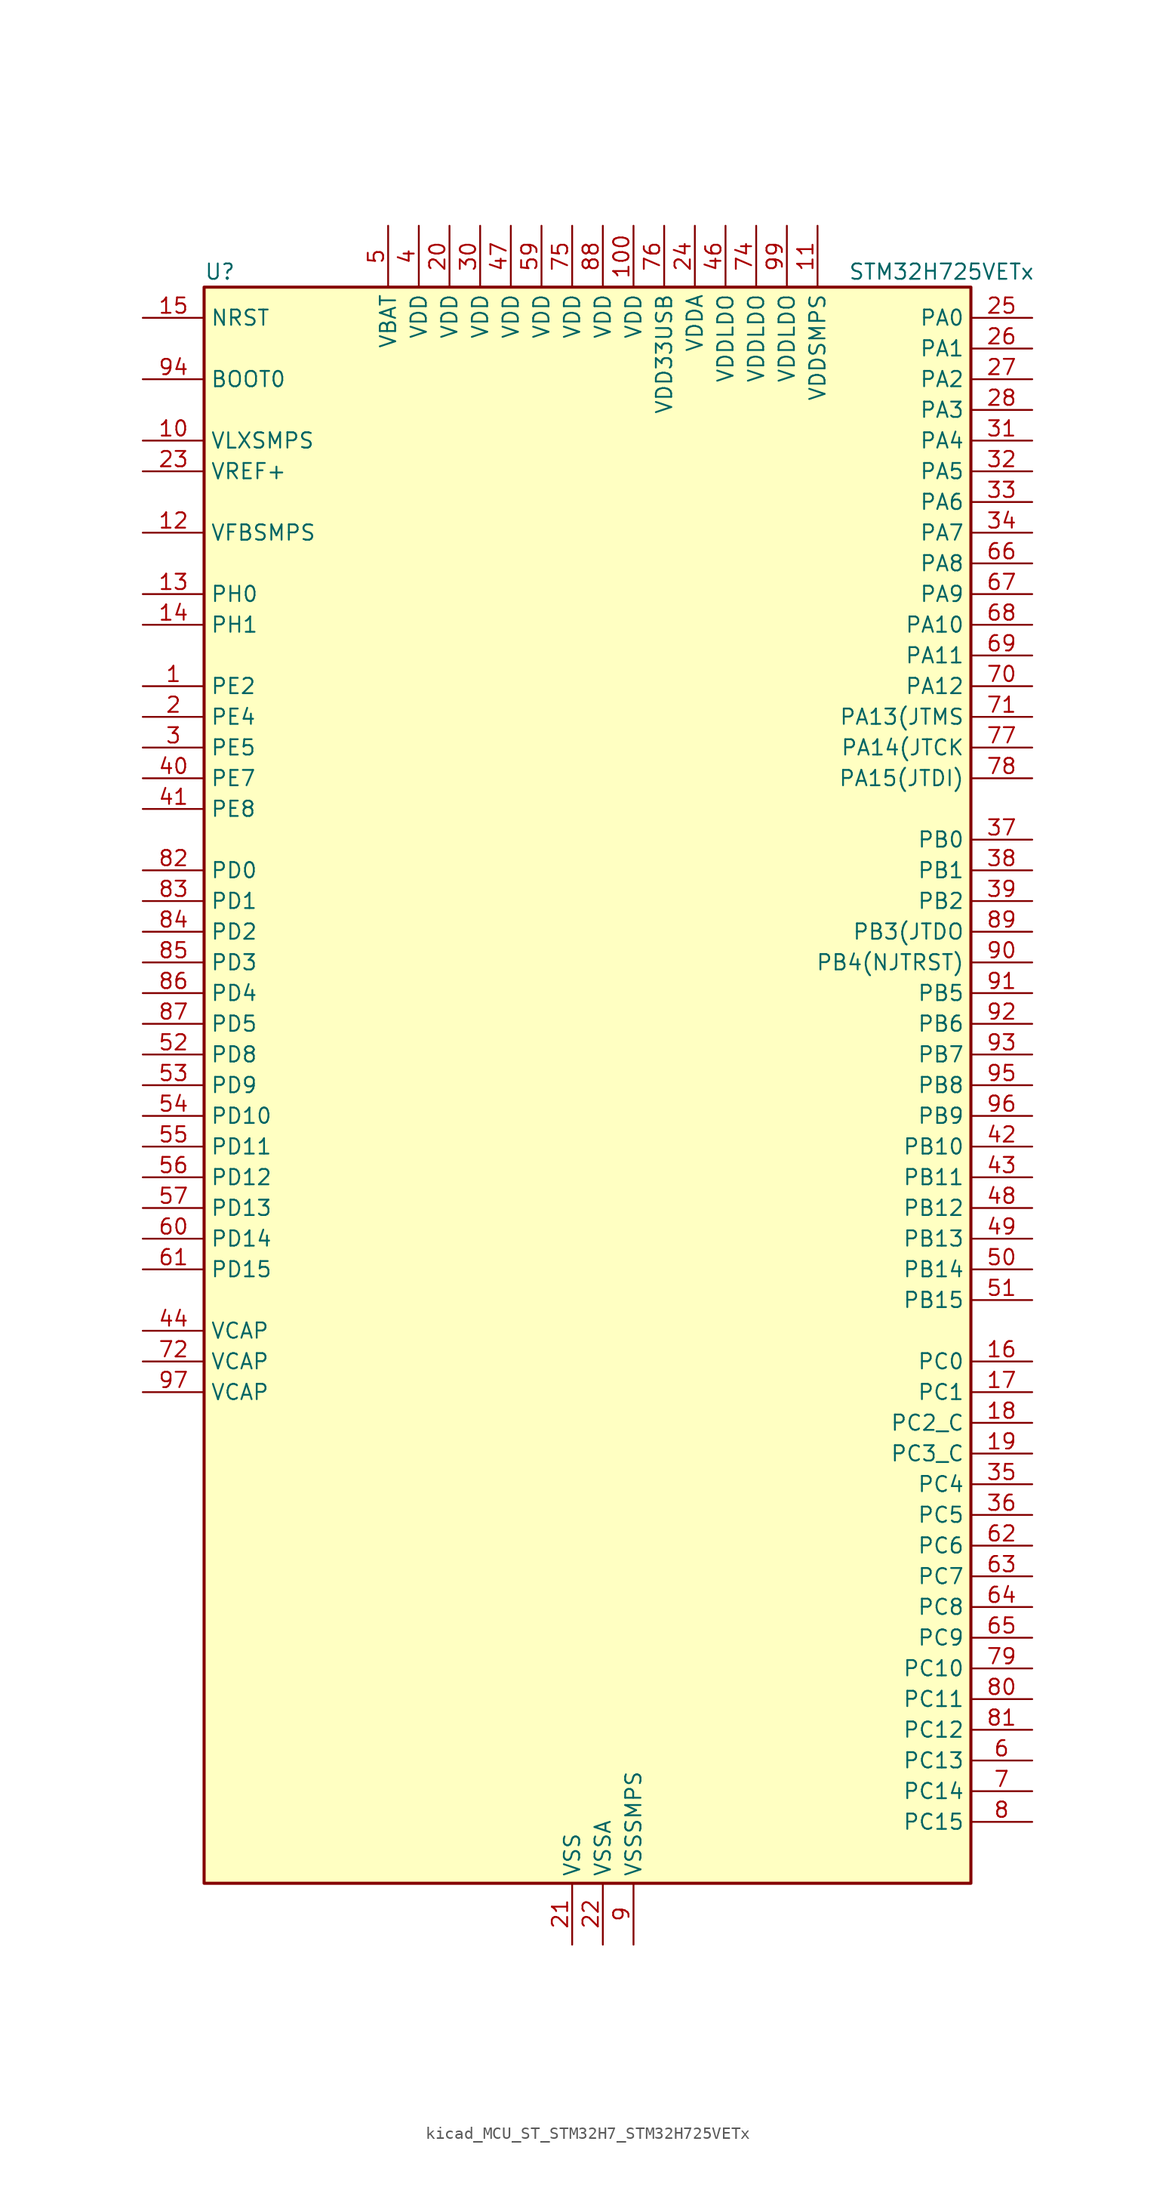
<source format=kicad_sym>
(kicad_symbol_lib
  (version 20220914)
  (generator kicad_symbol_editor)
  (symbol "kicad_MCU_ST_STM32H7_STM32H725VETx"
    (property "Reference" "U"
      (at -30.48 67.31 0)
      (effects (font (size 1.27 1.27)) (justify left)))
    (property "Value" "STM32H725VETx"
      (at 22.86 67.31 0)
      (effects (font (size 1.27 1.27)) (justify left)))
    (property "ki_locked" ""
      (at 0 0 0)
      (effects (font (size 1.27 1.27))))
    (symbol "kicad_MCU_ST_STM32H7_STM32H725VETx_0_1"
      (rectangle (start -30.48 -66.04) (end 33.02 66.04) (stroke (width 0.254) (type default)) (fill (type background))))
    (symbol "kicad_MCU_ST_STM32H7_STM32H725VETx_1_1"
      (pin bidirectional line (at -35.56 33.02 0) (length 5.08) (name "PE2" (effects (font (size 1.27 1.27)))) (number "1" (effects (font (size 1.27 1.27)))) (alternate "DEBUG_TRACECLK" bidirectional line) (alternate "ETH_TXD3" bidirectional line) (alternate "FMC_A23" bidirectional line) (alternate "OCTOSPIM_P1_IO2" bidirectional line) (alternate "SAI1_CK1" bidirectional line) (alternate "SAI1_MCLK_A" bidirectional line) (alternate "SAI4_CK1" bidirectional line) (alternate "SAI4_MCLK_A" bidirectional line) (alternate "SPI4_SCK" bidirectional line))
      (pin power_in line (at -35.56 53.34 0) (length 5.08) (name "VLXSMPS" (effects (font (size 1.27 1.27)))) (number "10" (effects (font (size 1.27 1.27)))))
      (pin power_in line (at 5.08 71.12 270) (length 5.08) (name "VDD" (effects (font (size 1.27 1.27)))) (number "100" (effects (font (size 1.27 1.27)))))
      (pin power_in line (at 20.32 71.12 270) (length 5.08) (name "VDDSMPS" (effects (font (size 1.27 1.27)))) (number "11" (effects (font (size 1.27 1.27)))))
      (pin input line (at -35.56 45.72 0) (length 5.08) (name "VFBSMPS" (effects (font (size 1.27 1.27)))) (number "12" (effects (font (size 1.27 1.27)))))
      (pin bidirectional line (at -35.56 40.64 0) (length 5.08) (name "PH0" (effects (font (size 1.27 1.27)))) (number "13" (effects (font (size 1.27 1.27)))) (alternate "RCC_OSC_IN" bidirectional line))
      (pin bidirectional line (at -35.56 38.1 0) (length 5.08) (name "PH1" (effects (font (size 1.27 1.27)))) (number "14" (effects (font (size 1.27 1.27)))) (alternate "RCC_OSC_OUT" bidirectional line))
      (pin input line (at -35.56 63.5 0) (length 5.08) (name "NRST" (effects (font (size 1.27 1.27)))) (number "15" (effects (font (size 1.27 1.27)))))
      (pin bidirectional line (at 38.1 -22.86 180) (length 5.08) (name "PC0" (effects (font (size 1.27 1.27)))) (number "16" (effects (font (size 1.27 1.27)))) (alternate "ADC1_INP10" bidirectional line) (alternate "ADC2_INP10" bidirectional line) (alternate "ADC3_INP10" bidirectional line) (alternate "DFSDM1_CKIN0" bidirectional line) (alternate "DFSDM1_DATIN4" bidirectional line) (alternate "FMC_A25" bidirectional line) (alternate "FMC_D12" bidirectional line) (alternate "FMC_DA12" bidirectional line) (alternate "FMC_SDNWE" bidirectional line) (alternate "LTDC_G2" bidirectional line) (alternate "LTDC_R5" bidirectional line) (alternate "SAI4_FS_B" bidirectional line) (alternate "USB_OTG_HS_ULPI_STP" bidirectional line))
      (pin bidirectional line (at 38.1 -25.4 180) (length 5.08) (name "PC1" (effects (font (size 1.27 1.27)))) (number "17" (effects (font (size 1.27 1.27)))) (alternate "ADC1_INN10" bidirectional line) (alternate "ADC1_INP11" bidirectional line) (alternate "ADC2_INN10" bidirectional line) (alternate "ADC2_INP11" bidirectional line) (alternate "ADC3_INN10" bidirectional line) (alternate "ADC3_INP11" bidirectional line) (alternate "DEBUG_TRACED0" bidirectional line) (alternate "DFSDM1_CKIN4" bidirectional line) (alternate "DFSDM1_DATIN0" bidirectional line) (alternate "ETH_MDC" bidirectional line) (alternate "I2S2_SDO" bidirectional line) (alternate "LTDC_G5" bidirectional line) (alternate "MDIOS_MDC" bidirectional line) (alternate "OCTOSPIM_P1_IO4" bidirectional line) (alternate "PWR_WKUP6" bidirectional line) (alternate "RTC_TAMP3" bidirectional line) (alternate "SAI1_D1" bidirectional line) (alternate "SAI1_SD_A" bidirectional line) (alternate "SAI4_D1" bidirectional line) (alternate "SAI4_SD_A" bidirectional line) (alternate "SDMMC2_CK" bidirectional line) (alternate "SPI2_MOSI" bidirectional line))
      (pin bidirectional line (at 38.1 -27.94 180) (length 5.08) (name "PC2_C" (effects (font (size 1.27 1.27)))) (number "18" (effects (font (size 1.27 1.27)))) (alternate "ADC3_INN1" bidirectional line) (alternate "ADC3_INP0" bidirectional line) (alternate "DFSDM1_CKIN1" bidirectional line) (alternate "DFSDM1_CKOUT" bidirectional line) (alternate "ETH_TXD2" bidirectional line) (alternate "FMC_SDNE0" bidirectional line) (alternate "I2S2_SDI" bidirectional line) (alternate "OCTOSPIM_P1_IO2" bidirectional line) (alternate "OCTOSPIM_P1_IO5" bidirectional line) (alternate "PWR_CSTOP" bidirectional line) (alternate "SPI2_MISO" bidirectional line) (alternate "USB_OTG_HS_ULPI_DIR" bidirectional line))
      (pin bidirectional line (at 38.1 -30.48 180) (length 5.08) (name "PC3_C" (effects (font (size 1.27 1.27)))) (number "19" (effects (font (size 1.27 1.27)))) (alternate "ADC3_INP1" bidirectional line) (alternate "DFSDM1_DATIN1" bidirectional line) (alternate "ETH_TX_CLK" bidirectional line) (alternate "FMC_SDCKE0" bidirectional line) (alternate "I2S2_SDO" bidirectional line) (alternate "OCTOSPIM_P1_IO0" bidirectional line) (alternate "OCTOSPIM_P1_IO6" bidirectional line) (alternate "PWR_CSLEEP" bidirectional line) (alternate "SPI2_MOSI" bidirectional line) (alternate "USB_OTG_HS_ULPI_NXT" bidirectional line))
      (pin bidirectional line (at -35.56 30.48 0) (length 5.08) (name "PE4" (effects (font (size 1.27 1.27)))) (number "2" (effects (font (size 1.27 1.27)))) (alternate "DCMI_D4" bidirectional line) (alternate "DEBUG_TRACED1" bidirectional line) (alternate "DFSDM1_DATIN3" bidirectional line) (alternate "FMC_A20" bidirectional line) (alternate "LTDC_B0" bidirectional line) (alternate "PSSI_D4" bidirectional line) (alternate "SAI1_D2" bidirectional line) (alternate "SAI1_FS_A" bidirectional line) (alternate "SAI4_D2" bidirectional line) (alternate "SAI4_FS_A" bidirectional line) (alternate "SPI4_NSS" bidirectional line) (alternate "TIM15_CH1N" bidirectional line))
      (pin power_in line (at -10.16 71.12 270) (length 5.08) (name "VDD" (effects (font (size 1.27 1.27)))) (number "20" (effects (font (size 1.27 1.27)))))
      (pin power_in line (at 0 -71.12 90) (length 5.08) (name "VSS" (effects (font (size 1.27 1.27)))) (number "21" (effects (font (size 1.27 1.27)))))
      (pin power_in line (at 2.54 -71.12 90) (length 5.08) (name "VSSA" (effects (font (size 1.27 1.27)))) (number "22" (effects (font (size 1.27 1.27)))))
      (pin input line (at -35.56 50.8 0) (length 5.08) (name "VREF+" (effects (font (size 1.27 1.27)))) (number "23" (effects (font (size 1.27 1.27)))) (alternate "VREFBUF_OUT" bidirectional line))
      (pin power_in line (at 10.16 71.12 270) (length 5.08) (name "VDDA" (effects (font (size 1.27 1.27)))) (number "24" (effects (font (size 1.27 1.27)))))
      (pin bidirectional line (at 38.1 63.5 180) (length 5.08) (name "PA0" (effects (font (size 1.27 1.27)))) (number "25" (effects (font (size 1.27 1.27)))) (alternate "ADC1_INP16" bidirectional line) (alternate "ETH_CRS" bidirectional line) (alternate "FMC_A19" bidirectional line) (alternate "I2S6_WS" bidirectional line) (alternate "PWR_WKUP1" bidirectional line) (alternate "SAI4_SD_B" bidirectional line) (alternate "SDMMC2_CMD" bidirectional line) (alternate "SPI6_NSS" bidirectional line) (alternate "TIM15_BKIN" bidirectional line) (alternate "TIM2_CH1" bidirectional line) (alternate "TIM2_ETR" bidirectional line) (alternate "TIM5_CH1" bidirectional line) (alternate "TIM8_ETR" bidirectional line) (alternate "UART4_TX" bidirectional line) (alternate "USART2_CTS" bidirectional line) (alternate "USART2_NSS" bidirectional line))
      (pin bidirectional line (at 38.1 60.96 180) (length 5.08) (name "PA1" (effects (font (size 1.27 1.27)))) (number "26" (effects (font (size 1.27 1.27)))) (alternate "ADC1_INN16" bidirectional line) (alternate "ADC1_INP17" bidirectional line) (alternate "ETH_REF_CLK" bidirectional line) (alternate "ETH_RX_CLK" bidirectional line) (alternate "LPTIM3_OUT" bidirectional line) (alternate "LTDC_R2" bidirectional line) (alternate "OCTOSPIM_P1_DQS" bidirectional line) (alternate "OCTOSPIM_P1_IO3" bidirectional line) (alternate "SAI4_MCLK_B" bidirectional line) (alternate "TIM15_CH1N" bidirectional line) (alternate "TIM2_CH2" bidirectional line) (alternate "TIM5_CH2" bidirectional line) (alternate "UART4_RX" bidirectional line) (alternate "USART2_DE" bidirectional line) (alternate "USART2_RTS" bidirectional line))
      (pin bidirectional line (at 38.1 58.42 180) (length 5.08) (name "PA2" (effects (font (size 1.27 1.27)))) (number "27" (effects (font (size 1.27 1.27)))) (alternate "ADC1_INP14" bidirectional line) (alternate "ADC2_INP14" bidirectional line) (alternate "ETH_MDIO" bidirectional line) (alternate "LPTIM4_OUT" bidirectional line) (alternate "LTDC_R1" bidirectional line) (alternate "MDIOS_MDIO" bidirectional line) (alternate "OCTOSPIM_P1_IO0" bidirectional line) (alternate "PWR_WKUP2" bidirectional line) (alternate "SAI4_SCK_B" bidirectional line) (alternate "TIM15_CH1" bidirectional line) (alternate "TIM2_CH3" bidirectional line) (alternate "TIM5_CH3" bidirectional line) (alternate "USART2_TX" bidirectional line))
      (pin bidirectional line (at 38.1 55.88 180) (length 5.08) (name "PA3" (effects (font (size 1.27 1.27)))) (number "28" (effects (font (size 1.27 1.27)))) (alternate "ADC1_INP15" bidirectional line) (alternate "ADC2_INP15" bidirectional line) (alternate "ETH_COL" bidirectional line) (alternate "I2S6_MCK" bidirectional line) (alternate "LPTIM5_OUT" bidirectional line) (alternate "LTDC_B2" bidirectional line) (alternate "LTDC_B5" bidirectional line) (alternate "OCTOSPIM_P1_CLK" bidirectional line) (alternate "OCTOSPIM_P1_IO2" bidirectional line) (alternate "TIM15_CH2" bidirectional line) (alternate "TIM2_CH4" bidirectional line) (alternate "TIM5_CH4" bidirectional line) (alternate "USART2_RX" bidirectional line) (alternate "USB_OTG_HS_ULPI_D0" bidirectional line))
      (pin passive line (at 0 -71.12 90) (length 5.08) hide (name "VSS" (effects (font (size 1.27 1.27)))) (number "29" (effects (font (size 1.27 1.27)))))
      (pin bidirectional line (at -35.56 27.94 0) (length 5.08) (name "PE5" (effects (font (size 1.27 1.27)))) (number "3" (effects (font (size 1.27 1.27)))) (alternate "DCMI_D6" bidirectional line) (alternate "DEBUG_TRACED2" bidirectional line) (alternate "DFSDM1_CKIN3" bidirectional line) (alternate "FMC_A21" bidirectional line) (alternate "LTDC_G0" bidirectional line) (alternate "PSSI_D6" bidirectional line) (alternate "SAI1_CK2" bidirectional line) (alternate "SAI1_SCK_A" bidirectional line) (alternate "SAI4_CK2" bidirectional line) (alternate "SAI4_SCK_A" bidirectional line) (alternate "SPI4_MISO" bidirectional line) (alternate "TIM15_CH1" bidirectional line))
      (pin power_in line (at -7.62 71.12 270) (length 5.08) (name "VDD" (effects (font (size 1.27 1.27)))) (number "30" (effects (font (size 1.27 1.27)))))
      (pin bidirectional line (at 38.1 53.34 180) (length 5.08) (name "PA4" (effects (font (size 1.27 1.27)))) (number "31" (effects (font (size 1.27 1.27)))) (alternate "ADC1_INP18" bidirectional line) (alternate "ADC2_INP18" bidirectional line) (alternate "DAC1_OUT1" bidirectional line) (alternate "DCMI_HSYNC" bidirectional line) (alternate "FMC_D8" bidirectional line) (alternate "FMC_DA8" bidirectional line) (alternate "I2S1_WS" bidirectional line) (alternate "I2S3_WS" bidirectional line) (alternate "I2S6_WS" bidirectional line) (alternate "LTDC_VSYNC" bidirectional line) (alternate "PSSI_DE" bidirectional line) (alternate "SPI1_NSS" bidirectional line) (alternate "SPI3_NSS" bidirectional line) (alternate "SPI6_NSS" bidirectional line) (alternate "TIM5_ETR" bidirectional line) (alternate "USART2_CK" bidirectional line))
      (pin bidirectional line (at 38.1 50.8 180) (length 5.08) (name "PA5" (effects (font (size 1.27 1.27)))) (number "32" (effects (font (size 1.27 1.27)))) (alternate "ADC1_INN18" bidirectional line) (alternate "ADC1_INP19" bidirectional line) (alternate "ADC2_INN18" bidirectional line) (alternate "ADC2_INP19" bidirectional line) (alternate "DAC1_OUT2" bidirectional line) (alternate "FMC_D9" bidirectional line) (alternate "FMC_DA9" bidirectional line) (alternate "I2S1_CK" bidirectional line) (alternate "I2S6_CK" bidirectional line) (alternate "LTDC_R4" bidirectional line) (alternate "PSSI_D14" bidirectional line) (alternate "PWR_NDSTOP2" bidirectional line) (alternate "SPI1_SCK" bidirectional line) (alternate "SPI6_SCK" bidirectional line) (alternate "TIM2_CH1" bidirectional line) (alternate "TIM2_ETR" bidirectional line) (alternate "TIM8_CH1N" bidirectional line) (alternate "USB_OTG_HS_ULPI_CK" bidirectional line))
      (pin bidirectional line (at 38.1 48.26 180) (length 5.08) (name "PA6" (effects (font (size 1.27 1.27)))) (number "33" (effects (font (size 1.27 1.27)))) (alternate "ADC1_INP3" bidirectional line) (alternate "ADC2_INP3" bidirectional line) (alternate "DCMI_PIXCLK" bidirectional line) (alternate "I2S1_SDI" bidirectional line) (alternate "I2S6_SDI" bidirectional line) (alternate "LTDC_G2" bidirectional line) (alternate "MDIOS_MDC" bidirectional line) (alternate "OCTOSPIM_P1_IO3" bidirectional line) (alternate "PSSI_PDCK" bidirectional line) (alternate "SPI1_MISO" bidirectional line) (alternate "SPI6_MISO" bidirectional line) (alternate "TIM13_CH1" bidirectional line) (alternate "TIM1_BKIN" bidirectional line) (alternate "TIM1_BKIN_COMP1" bidirectional line) (alternate "TIM1_BKIN_COMP2" bidirectional line) (alternate "TIM3_CH1" bidirectional line) (alternate "TIM8_BKIN" bidirectional line) (alternate "TIM8_BKIN_COMP1" bidirectional line) (alternate "TIM8_BKIN_COMP2" bidirectional line))
      (pin bidirectional line (at 38.1 45.72 180) (length 5.08) (name "PA7" (effects (font (size 1.27 1.27)))) (number "34" (effects (font (size 1.27 1.27)))) (alternate "ADC1_INN3" bidirectional line) (alternate "ADC1_INP7" bidirectional line) (alternate "ADC2_INN3" bidirectional line) (alternate "ADC2_INP7" bidirectional line) (alternate "ETH_CRS_DV" bidirectional line) (alternate "ETH_RX_DV" bidirectional line) (alternate "FMC_SDNWE" bidirectional line) (alternate "I2S1_SDO" bidirectional line) (alternate "I2S6_SDO" bidirectional line) (alternate "LTDC_VSYNC" bidirectional line) (alternate "OCTOSPIM_P1_IO2" bidirectional line) (alternate "OPAMP1_VINM" bidirectional line) (alternate "SPI1_MOSI" bidirectional line) (alternate "SPI6_MOSI" bidirectional line) (alternate "TIM14_CH1" bidirectional line) (alternate "TIM1_CH1N" bidirectional line) (alternate "TIM3_CH2" bidirectional line) (alternate "TIM8_CH1N" bidirectional line))
      (pin bidirectional line (at 38.1 -33.02 180) (length 5.08) (name "PC4" (effects (font (size 1.27 1.27)))) (number "35" (effects (font (size 1.27 1.27)))) (alternate "ADC1_INP4" bidirectional line) (alternate "ADC2_INP4" bidirectional line) (alternate "COMP1_INM" bidirectional line) (alternate "DFSDM1_CKIN2" bidirectional line) (alternate "ETH_RXD0" bidirectional line) (alternate "FMC_A22" bidirectional line) (alternate "FMC_SDNE0" bidirectional line) (alternate "I2S1_MCK" bidirectional line) (alternate "LTDC_R7" bidirectional line) (alternate "OPAMP1_VOUT" bidirectional line) (alternate "SDMMC2_CKIN" bidirectional line) (alternate "SPDIFRX1_IN2" bidirectional line))
      (pin bidirectional line (at 38.1 -35.56 180) (length 5.08) (name "PC5" (effects (font (size 1.27 1.27)))) (number "36" (effects (font (size 1.27 1.27)))) (alternate "ADC1_INN4" bidirectional line) (alternate "ADC1_INP8" bidirectional line) (alternate "ADC2_INN4" bidirectional line) (alternate "ADC2_INP8" bidirectional line) (alternate "COMP1_OUT" bidirectional line) (alternate "DFSDM1_DATIN2" bidirectional line) (alternate "ETH_RXD1" bidirectional line) (alternate "FMC_SDCKE0" bidirectional line) (alternate "LTDC_DE" bidirectional line) (alternate "OCTOSPIM_P1_DQS" bidirectional line) (alternate "OPAMP1_VINM" bidirectional line) (alternate "PSSI_D15" bidirectional line) (alternate "SAI1_D3" bidirectional line) (alternate "SAI4_D3" bidirectional line) (alternate "SPDIFRX1_IN3" bidirectional line))
      (pin bidirectional line (at 38.1 20.32 180) (length 5.08) (name "PB0" (effects (font (size 1.27 1.27)))) (number "37" (effects (font (size 1.27 1.27)))) (alternate "ADC1_INN5" bidirectional line) (alternate "ADC1_INP9" bidirectional line) (alternate "ADC2_INN5" bidirectional line) (alternate "ADC2_INP9" bidirectional line) (alternate "COMP1_INP" bidirectional line) (alternate "DFSDM1_CKOUT" bidirectional line) (alternate "ETH_RXD2" bidirectional line) (alternate "LTDC_G1" bidirectional line) (alternate "LTDC_R3" bidirectional line) (alternate "OCTOSPIM_P1_IO1" bidirectional line) (alternate "OPAMP1_VINP" bidirectional line) (alternate "TIM1_CH2N" bidirectional line) (alternate "TIM3_CH3" bidirectional line) (alternate "TIM8_CH2N" bidirectional line) (alternate "UART4_CTS" bidirectional line) (alternate "USB_OTG_HS_ULPI_D1" bidirectional line))
      (pin bidirectional line (at 38.1 17.78 180) (length 5.08) (name "PB1" (effects (font (size 1.27 1.27)))) (number "38" (effects (font (size 1.27 1.27)))) (alternate "ADC1_INP5" bidirectional line) (alternate "ADC2_INP5" bidirectional line) (alternate "COMP1_INM" bidirectional line) (alternate "DFSDM1_DATIN1" bidirectional line) (alternate "ETH_RXD3" bidirectional line) (alternate "LTDC_G0" bidirectional line) (alternate "LTDC_R6" bidirectional line) (alternate "OCTOSPIM_P1_IO0" bidirectional line) (alternate "TIM1_CH3N" bidirectional line) (alternate "TIM3_CH4" bidirectional line) (alternate "TIM8_CH3N" bidirectional line) (alternate "USB_OTG_HS_ULPI_D2" bidirectional line))
      (pin bidirectional line (at 38.1 15.24 180) (length 5.08) (name "PB2" (effects (font (size 1.27 1.27)))) (number "39" (effects (font (size 1.27 1.27)))) (alternate "COMP1_INP" bidirectional line) (alternate "DFSDM1_CKIN1" bidirectional line) (alternate "ETH_TX_ER" bidirectional line) (alternate "I2S3_SDO" bidirectional line) (alternate "OCTOSPIM_P1_CLK" bidirectional line) (alternate "OCTOSPIM_P1_DQS" bidirectional line) (alternate "RTC_OUT_ALARM" bidirectional line) (alternate "RTC_OUT_CALIB" bidirectional line) (alternate "SAI1_D1" bidirectional line) (alternate "SAI1_SD_A" bidirectional line) (alternate "SAI4_D1" bidirectional line) (alternate "SAI4_SD_A" bidirectional line) (alternate "SPI3_MOSI" bidirectional line) (alternate "TIM23_ETR" bidirectional line))
      (pin power_in line (at -12.7 71.12 270) (length 5.08) (name "VDD" (effects (font (size 1.27 1.27)))) (number "4" (effects (font (size 1.27 1.27)))))
      (pin bidirectional line (at -35.56 25.4 0) (length 5.08) (name "PE7" (effects (font (size 1.27 1.27)))) (number "40" (effects (font (size 1.27 1.27)))) (alternate "COMP2_INM" bidirectional line) (alternate "DFSDM1_DATIN2" bidirectional line) (alternate "FMC_D4" bidirectional line) (alternate "FMC_DA4" bidirectional line) (alternate "OCTOSPIM_P1_IO4" bidirectional line) (alternate "OPAMP2_VOUT" bidirectional line) (alternate "TIM1_ETR" bidirectional line) (alternate "UART7_RX" bidirectional line))
      (pin bidirectional line (at -35.56 22.86 0) (length 5.08) (name "PE8" (effects (font (size 1.27 1.27)))) (number "41" (effects (font (size 1.27 1.27)))) (alternate "COMP2_OUT" bidirectional line) (alternate "DFSDM1_CKIN2" bidirectional line) (alternate "FMC_D5" bidirectional line) (alternate "FMC_DA5" bidirectional line) (alternate "OCTOSPIM_P1_IO5" bidirectional line) (alternate "OPAMP2_VINM" bidirectional line) (alternate "TIM1_CH1N" bidirectional line) (alternate "UART7_TX" bidirectional line))
      (pin bidirectional line (at 38.1 -5.08 180) (length 5.08) (name "PB10" (effects (font (size 1.27 1.27)))) (number "42" (effects (font (size 1.27 1.27)))) (alternate "DFSDM1_DATIN7" bidirectional line) (alternate "ETH_RX_ER" bidirectional line) (alternate "I2C2_SCL" bidirectional line) (alternate "I2S2_CK" bidirectional line) (alternate "LPTIM2_IN1" bidirectional line) (alternate "LTDC_G4" bidirectional line) (alternate "OCTOSPIM_P1_NCS" bidirectional line) (alternate "SPI2_SCK" bidirectional line) (alternate "TIM2_CH3" bidirectional line) (alternate "USART3_TX" bidirectional line) (alternate "USB_OTG_HS_ULPI_D3" bidirectional line))
      (pin bidirectional line (at 38.1 -7.62 180) (length 5.08) (name "PB11" (effects (font (size 1.27 1.27)))) (number "43" (effects (font (size 1.27 1.27)))) (alternate "ADC1_EXTI11" bidirectional line) (alternate "ADC2_EXTI11" bidirectional line) (alternate "ADC3_EXTI11" bidirectional line) (alternate "DFSDM1_CKIN7" bidirectional line) (alternate "ETH_TX_EN" bidirectional line) (alternate "I2C2_SDA" bidirectional line) (alternate "LPTIM2_ETR" bidirectional line) (alternate "LTDC_G5" bidirectional line) (alternate "TIM2_CH4" bidirectional line) (alternate "USART3_RX" bidirectional line) (alternate "USB_OTG_HS_ULPI_D4" bidirectional line))
      (pin power_out line (at -35.56 -20.32 0) (length 5.08) (name "VCAP" (effects (font (size 1.27 1.27)))) (number "44" (effects (font (size 1.27 1.27)))))
      (pin passive line (at 0 -71.12 90) (length 5.08) hide (name "VSS" (effects (font (size 1.27 1.27)))) (number "45" (effects (font (size 1.27 1.27)))))
      (pin power_in line (at 12.7 71.12 270) (length 5.08) (name "VDDLDO" (effects (font (size 1.27 1.27)))) (number "46" (effects (font (size 1.27 1.27)))))
      (pin power_in line (at -5.08 71.12 270) (length 5.08) (name "VDD" (effects (font (size 1.27 1.27)))) (number "47" (effects (font (size 1.27 1.27)))))
      (pin bidirectional line (at 38.1 -10.16 180) (length 5.08) (name "PB12" (effects (font (size 1.27 1.27)))) (number "48" (effects (font (size 1.27 1.27)))) (alternate "DFSDM1_DATIN1" bidirectional line) (alternate "ETH_TXD0" bidirectional line) (alternate "FDCAN2_RX" bidirectional line) (alternate "I2C2_SMBA" bidirectional line) (alternate "I2S2_WS" bidirectional line) (alternate "OCTOSPIM_P1_IO0" bidirectional line) (alternate "OCTOSPIM_P1_NCLK" bidirectional line) (alternate "SPI2_NSS" bidirectional line) (alternate "TIM1_BKIN" bidirectional line) (alternate "TIM1_BKIN_COMP1" bidirectional line) (alternate "TIM1_BKIN_COMP2" bidirectional line) (alternate "UART5_RX" bidirectional line) (alternate "USART3_CK" bidirectional line) (alternate "USB_OTG_HS_ULPI_D5" bidirectional line))
      (pin bidirectional line (at 38.1 -12.7 180) (length 5.08) (name "PB13" (effects (font (size 1.27 1.27)))) (number "49" (effects (font (size 1.27 1.27)))) (alternate "DCMI_D2" bidirectional line) (alternate "DFSDM1_CKIN1" bidirectional line) (alternate "ETH_TXD1" bidirectional line) (alternate "FDCAN2_TX" bidirectional line) (alternate "I2S2_CK" bidirectional line) (alternate "LPTIM2_OUT" bidirectional line) (alternate "OCTOSPIM_P1_IO2" bidirectional line) (alternate "PSSI_D2" bidirectional line) (alternate "SDMMC1_D0" bidirectional line) (alternate "SPI2_SCK" bidirectional line) (alternate "TIM1_CH1N" bidirectional line) (alternate "UART5_TX" bidirectional line) (alternate "USART3_CTS" bidirectional line) (alternate "USART3_NSS" bidirectional line) (alternate "USB_OTG_HS_ULPI_D6" bidirectional line))
      (pin power_in line (at -15.24 71.12 270) (length 5.08) (name "VBAT" (effects (font (size 1.27 1.27)))) (number "5" (effects (font (size 1.27 1.27)))))
      (pin bidirectional line (at 38.1 -15.24 180) (length 5.08) (name "PB14" (effects (font (size 1.27 1.27)))) (number "50" (effects (font (size 1.27 1.27)))) (alternate "DFSDM1_DATIN2" bidirectional line) (alternate "FMC_D10" bidirectional line) (alternate "FMC_DA10" bidirectional line) (alternate "I2S2_SDI" bidirectional line) (alternate "LTDC_CLK" bidirectional line) (alternate "SDMMC2_D0" bidirectional line) (alternate "SPI2_MISO" bidirectional line) (alternate "TIM12_CH1" bidirectional line) (alternate "TIM1_CH2N" bidirectional line) (alternate "TIM8_CH2N" bidirectional line) (alternate "UART4_DE" bidirectional line) (alternate "UART4_RTS" bidirectional line) (alternate "USART1_TX" bidirectional line) (alternate "USART3_DE" bidirectional line) (alternate "USART3_RTS" bidirectional line))
      (pin bidirectional line (at 38.1 -17.78 180) (length 5.08) (name "PB15" (effects (font (size 1.27 1.27)))) (number "51" (effects (font (size 1.27 1.27)))) (alternate "ADC1_EXTI15" bidirectional line) (alternate "ADC2_EXTI15" bidirectional line) (alternate "ADC3_EXTI15" bidirectional line) (alternate "DFSDM1_CKIN2" bidirectional line) (alternate "FMC_D11" bidirectional line) (alternate "FMC_DA11" bidirectional line) (alternate "I2S2_SDO" bidirectional line) (alternate "LTDC_G7" bidirectional line) (alternate "RTC_REFIN" bidirectional line) (alternate "SDMMC2_D1" bidirectional line) (alternate "SPI2_MOSI" bidirectional line) (alternate "TIM12_CH2" bidirectional line) (alternate "TIM1_CH3N" bidirectional line) (alternate "TIM8_CH3N" bidirectional line) (alternate "UART4_CTS" bidirectional line) (alternate "USART1_RX" bidirectional line))
      (pin bidirectional line (at -35.56 2.54 0) (length 5.08) (name "PD8" (effects (font (size 1.27 1.27)))) (number "52" (effects (font (size 1.27 1.27)))) (alternate "DFSDM1_CKIN3" bidirectional line) (alternate "FMC_D13" bidirectional line) (alternate "FMC_DA13" bidirectional line) (alternate "SPDIFRX1_IN1" bidirectional line) (alternate "USART3_TX" bidirectional line))
      (pin bidirectional line (at -35.56 0 0) (length 5.08) (name "PD9" (effects (font (size 1.27 1.27)))) (number "53" (effects (font (size 1.27 1.27)))) (alternate "DAC1_EXTI9" bidirectional line) (alternate "DFSDM1_DATIN3" bidirectional line) (alternate "FMC_D14" bidirectional line) (alternate "FMC_DA14" bidirectional line) (alternate "USART3_RX" bidirectional line))
      (pin bidirectional line (at -35.56 -2.54 0) (length 5.08) (name "PD10" (effects (font (size 1.27 1.27)))) (number "54" (effects (font (size 1.27 1.27)))) (alternate "DFSDM1_CKOUT" bidirectional line) (alternate "FMC_D15" bidirectional line) (alternate "FMC_DA15" bidirectional line) (alternate "LTDC_B3" bidirectional line) (alternate "USART3_CK" bidirectional line))
      (pin bidirectional line (at -35.56 -5.08 0) (length 5.08) (name "PD11" (effects (font (size 1.27 1.27)))) (number "55" (effects (font (size 1.27 1.27)))) (alternate "ADC1_EXTI11" bidirectional line) (alternate "ADC2_EXTI11" bidirectional line) (alternate "ADC3_EXTI11" bidirectional line) (alternate "FMC_A16" bidirectional line) (alternate "FMC_CLE" bidirectional line) (alternate "I2C4_SMBA" bidirectional line) (alternate "LPTIM2_IN2" bidirectional line) (alternate "OCTOSPIM_P1_IO0" bidirectional line) (alternate "SAI4_SD_A" bidirectional line) (alternate "USART3_CTS" bidirectional line) (alternate "USART3_NSS" bidirectional line))
      (pin bidirectional line (at -35.56 -7.62 0) (length 5.08) (name "PD12" (effects (font (size 1.27 1.27)))) (number "56" (effects (font (size 1.27 1.27)))) (alternate "DCMI_D12" bidirectional line) (alternate "FDCAN3_RX" bidirectional line) (alternate "FMC_A17" bidirectional line) (alternate "FMC_ALE" bidirectional line) (alternate "I2C4_SCL" bidirectional line) (alternate "LPTIM1_IN1" bidirectional line) (alternate "LPTIM2_IN1" bidirectional line) (alternate "OCTOSPIM_P1_IO1" bidirectional line) (alternate "PSSI_D12" bidirectional line) (alternate "SAI4_FS_A" bidirectional line) (alternate "TIM4_CH1" bidirectional line) (alternate "USART3_DE" bidirectional line) (alternate "USART3_RTS" bidirectional line))
      (pin bidirectional line (at -35.56 -10.16 0) (length 5.08) (name "PD13" (effects (font (size 1.27 1.27)))) (number "57" (effects (font (size 1.27 1.27)))) (alternate "DCMI_D13" bidirectional line) (alternate "FDCAN3_TX" bidirectional line) (alternate "FMC_A18" bidirectional line) (alternate "I2C4_SDA" bidirectional line) (alternate "LPTIM1_OUT" bidirectional line) (alternate "OCTOSPIM_P1_IO3" bidirectional line) (alternate "PSSI_D13" bidirectional line) (alternate "SAI4_SCK_A" bidirectional line) (alternate "TIM4_CH2" bidirectional line) (alternate "UART9_DE" bidirectional line) (alternate "UART9_RTS" bidirectional line))
      (pin passive line (at 0 -71.12 90) (length 5.08) hide (name "VSS" (effects (font (size 1.27 1.27)))) (number "58" (effects (font (size 1.27 1.27)))))
      (pin power_in line (at -2.54 71.12 270) (length 5.08) (name "VDD" (effects (font (size 1.27 1.27)))) (number "59" (effects (font (size 1.27 1.27)))))
      (pin bidirectional line (at 38.1 -55.88 180) (length 5.08) (name "PC13" (effects (font (size 1.27 1.27)))) (number "6" (effects (font (size 1.27 1.27)))) (alternate "PWR_WKUP4" bidirectional line) (alternate "RTC_OUT_ALARM" bidirectional line) (alternate "RTC_OUT_CALIB" bidirectional line) (alternate "RTC_TAMP1" bidirectional line) (alternate "RTC_TS" bidirectional line))
      (pin bidirectional line (at -35.56 -12.7 0) (length 5.08) (name "PD14" (effects (font (size 1.27 1.27)))) (number "60" (effects (font (size 1.27 1.27)))) (alternate "FMC_D0" bidirectional line) (alternate "FMC_DA0" bidirectional line) (alternate "TIM4_CH3" bidirectional line) (alternate "UART9_RX" bidirectional line))
      (pin bidirectional line (at -35.56 -15.24 0) (length 5.08) (name "PD15" (effects (font (size 1.27 1.27)))) (number "61" (effects (font (size 1.27 1.27)))) (alternate "ADC1_EXTI15" bidirectional line) (alternate "ADC2_EXTI15" bidirectional line) (alternate "ADC3_EXTI15" bidirectional line) (alternate "FMC_D1" bidirectional line) (alternate "FMC_DA1" bidirectional line) (alternate "TIM4_CH4" bidirectional line) (alternate "UART9_TX" bidirectional line))
      (pin bidirectional line (at 38.1 -38.1 180) (length 5.08) (name "PC6" (effects (font (size 1.27 1.27)))) (number "62" (effects (font (size 1.27 1.27)))) (alternate "DCMI_D0" bidirectional line) (alternate "DFSDM1_CKIN3" bidirectional line) (alternate "FMC_NWAIT" bidirectional line) (alternate "I2S2_MCK" bidirectional line) (alternate "LTDC_HSYNC" bidirectional line) (alternate "PSSI_D0" bidirectional line) (alternate "SDMMC1_D0DIR" bidirectional line) (alternate "SDMMC1_D6" bidirectional line) (alternate "SDMMC2_D6" bidirectional line) (alternate "SWPMI1_IO" bidirectional line) (alternate "TIM3_CH1" bidirectional line) (alternate "TIM8_CH1" bidirectional line) (alternate "USART6_TX" bidirectional line))
      (pin bidirectional line (at 38.1 -40.64 180) (length 5.08) (name "PC7" (effects (font (size 1.27 1.27)))) (number "63" (effects (font (size 1.27 1.27)))) (alternate "DCMI_D1" bidirectional line) (alternate "DEBUG_TRGIO" bidirectional line) (alternate "DFSDM1_DATIN3" bidirectional line) (alternate "FMC_NE1" bidirectional line) (alternate "I2S3_MCK" bidirectional line) (alternate "LTDC_G6" bidirectional line) (alternate "PSSI_D1" bidirectional line) (alternate "SDMMC1_D123DIR" bidirectional line) (alternate "SDMMC1_D7" bidirectional line) (alternate "SDMMC2_D7" bidirectional line) (alternate "SWPMI1_TX" bidirectional line) (alternate "TIM3_CH2" bidirectional line) (alternate "TIM8_CH2" bidirectional line) (alternate "USART6_RX" bidirectional line))
      (pin bidirectional line (at 38.1 -43.18 180) (length 5.08) (name "PC8" (effects (font (size 1.27 1.27)))) (number "64" (effects (font (size 1.27 1.27)))) (alternate "DCMI_D2" bidirectional line) (alternate "DEBUG_TRACED1" bidirectional line) (alternate "FMC_INT" bidirectional line) (alternate "FMC_NCE" bidirectional line) (alternate "FMC_NE2" bidirectional line) (alternate "PSSI_D2" bidirectional line) (alternate "SDMMC1_D0" bidirectional line) (alternate "SWPMI1_RX" bidirectional line) (alternate "TIM3_CH3" bidirectional line) (alternate "TIM8_CH3" bidirectional line) (alternate "UART5_DE" bidirectional line) (alternate "UART5_RTS" bidirectional line) (alternate "USART6_CK" bidirectional line))
      (pin bidirectional line (at 38.1 -45.72 180) (length 5.08) (name "PC9" (effects (font (size 1.27 1.27)))) (number "65" (effects (font (size 1.27 1.27)))) (alternate "DAC1_EXTI9" bidirectional line) (alternate "DCMI_D3" bidirectional line) (alternate "I2C3_SDA" bidirectional line) (alternate "I2C5_SDA" bidirectional line) (alternate "I2S_CKIN" bidirectional line) (alternate "LTDC_B2" bidirectional line) (alternate "LTDC_G3" bidirectional line) (alternate "OCTOSPIM_P1_IO0" bidirectional line) (alternate "PSSI_D3" bidirectional line) (alternate "RCC_MCO_2" bidirectional line) (alternate "SDMMC1_D1" bidirectional line) (alternate "SWPMI1_SUSPEND" bidirectional line) (alternate "TIM3_CH4" bidirectional line) (alternate "TIM8_CH4" bidirectional line) (alternate "UART5_CTS" bidirectional line))
      (pin bidirectional line (at 38.1 43.18 180) (length 5.08) (name "PA8" (effects (font (size 1.27 1.27)))) (number "66" (effects (font (size 1.27 1.27)))) (alternate "I2C3_SCL" bidirectional line) (alternate "I2C5_SCL" bidirectional line) (alternate "LTDC_B3" bidirectional line) (alternate "LTDC_R6" bidirectional line) (alternate "RCC_MCO_1" bidirectional line) (alternate "TIM1_CH1" bidirectional line) (alternate "TIM8_BKIN2" bidirectional line) (alternate "TIM8_BKIN2_COMP1" bidirectional line) (alternate "TIM8_BKIN2_COMP2" bidirectional line) (alternate "UART7_RX" bidirectional line) (alternate "USART1_CK" bidirectional line) (alternate "USB_OTG_HS_SOF" bidirectional line))
      (pin bidirectional line (at 38.1 40.64 180) (length 5.08) (name "PA9" (effects (font (size 1.27 1.27)))) (number "67" (effects (font (size 1.27 1.27)))) (alternate "DAC1_EXTI9" bidirectional line) (alternate "DCMI_D0" bidirectional line) (alternate "ETH_TX_ER" bidirectional line) (alternate "I2C3_SMBA" bidirectional line) (alternate "I2C5_SMBA" bidirectional line) (alternate "I2S2_CK" bidirectional line) (alternate "LPUART1_TX" bidirectional line) (alternate "LTDC_R5" bidirectional line) (alternate "PSSI_D0" bidirectional line) (alternate "SPI2_SCK" bidirectional line) (alternate "TIM1_CH2" bidirectional line) (alternate "USART1_TX" bidirectional line) (alternate "USB_OTG_HS_VBUS" bidirectional line))
      (pin bidirectional line (at 38.1 38.1 180) (length 5.08) (name "PA10" (effects (font (size 1.27 1.27)))) (number "68" (effects (font (size 1.27 1.27)))) (alternate "DCMI_D1" bidirectional line) (alternate "LPUART1_RX" bidirectional line) (alternate "LTDC_B1" bidirectional line) (alternate "LTDC_B4" bidirectional line) (alternate "MDIOS_MDIO" bidirectional line) (alternate "PSSI_D1" bidirectional line) (alternate "TIM1_CH3" bidirectional line) (alternate "USART1_RX" bidirectional line) (alternate "USB_OTG_HS_ID" bidirectional line))
      (pin bidirectional line (at 38.1 35.56 180) (length 5.08) (name "PA11" (effects (font (size 1.27 1.27)))) (number "69" (effects (font (size 1.27 1.27)))) (alternate "ADC1_EXTI11" bidirectional line) (alternate "ADC2_EXTI11" bidirectional line) (alternate "ADC3_EXTI11" bidirectional line) (alternate "FDCAN1_RX" bidirectional line) (alternate "I2S2_WS" bidirectional line) (alternate "LPUART1_CTS" bidirectional line) (alternate "LTDC_R4" bidirectional line) (alternate "SPI2_NSS" bidirectional line) (alternate "TIM1_CH4" bidirectional line) (alternate "UART4_RX" bidirectional line) (alternate "USART1_CTS" bidirectional line) (alternate "USART1_NSS" bidirectional line) (alternate "USB_OTG_HS_DM" bidirectional line))
      (pin bidirectional line (at 38.1 -58.42 180) (length 5.08) (name "PC14" (effects (font (size 1.27 1.27)))) (number "7" (effects (font (size 1.27 1.27)))) (alternate "RCC_OSC32_IN" bidirectional line))
      (pin bidirectional line (at 38.1 33.02 180) (length 5.08) (name "PA12" (effects (font (size 1.27 1.27)))) (number "70" (effects (font (size 1.27 1.27)))) (alternate "FDCAN1_TX" bidirectional line) (alternate "I2S2_CK" bidirectional line) (alternate "LPUART1_DE" bidirectional line) (alternate "LPUART1_RTS" bidirectional line) (alternate "LTDC_R5" bidirectional line) (alternate "SAI4_FS_B" bidirectional line) (alternate "SPI2_SCK" bidirectional line) (alternate "TIM1_BKIN2" bidirectional line) (alternate "TIM1_ETR" bidirectional line) (alternate "UART4_TX" bidirectional line) (alternate "USART1_DE" bidirectional line) (alternate "USART1_RTS" bidirectional line) (alternate "USB_OTG_HS_DP" bidirectional line))
      (pin bidirectional line (at 38.1 30.48 180) (length 5.08) (name "PA13(JTMS" (effects (font (size 1.27 1.27)))) (number "71" (effects (font (size 1.27 1.27)))) (alternate "DEBUG_JTMS-SWDIO" bidirectional line))
      (pin power_out line (at -35.56 -22.86 0) (length 5.08) (name "VCAP" (effects (font (size 1.27 1.27)))) (number "72" (effects (font (size 1.27 1.27)))))
      (pin passive line (at 0 -71.12 90) (length 5.08) hide (name "VSS" (effects (font (size 1.27 1.27)))) (number "73" (effects (font (size 1.27 1.27)))))
      (pin power_in line (at 15.24 71.12 270) (length 5.08) (name "VDDLDO" (effects (font (size 1.27 1.27)))) (number "74" (effects (font (size 1.27 1.27)))))
      (pin power_in line (at 0 71.12 270) (length 5.08) (name "VDD" (effects (font (size 1.27 1.27)))) (number "75" (effects (font (size 1.27 1.27)))))
      (pin power_in line (at 7.62 71.12 270) (length 5.08) (name "VDD33USB" (effects (font (size 1.27 1.27)))) (number "76" (effects (font (size 1.27 1.27)))))
      (pin bidirectional line (at 38.1 27.94 180) (length 5.08) (name "PA14(JTCK" (effects (font (size 1.27 1.27)))) (number "77" (effects (font (size 1.27 1.27)))) (alternate "DEBUG_JTCK-SWCLK" bidirectional line))
      (pin bidirectional line (at 38.1 25.4 180) (length 5.08) (name "PA15(JTDI)" (effects (font (size 1.27 1.27)))) (number "78" (effects (font (size 1.27 1.27)))) (alternate "ADC1_EXTI15" bidirectional line) (alternate "ADC2_EXTI15" bidirectional line) (alternate "ADC3_EXTI15" bidirectional line) (alternate "CEC" bidirectional line) (alternate "DEBUG_JTDI" bidirectional line) (alternate "I2S1_WS" bidirectional line) (alternate "I2S3_WS" bidirectional line) (alternate "I2S6_WS" bidirectional line) (alternate "LTDC_B6" bidirectional line) (alternate "LTDC_R3" bidirectional line) (alternate "SPI1_NSS" bidirectional line) (alternate "SPI3_NSS" bidirectional line) (alternate "SPI6_NSS" bidirectional line) (alternate "TIM2_CH1" bidirectional line) (alternate "TIM2_ETR" bidirectional line) (alternate "UART4_DE" bidirectional line) (alternate "UART4_RTS" bidirectional line) (alternate "UART7_TX" bidirectional line))
      (pin bidirectional line (at 38.1 -48.26 180) (length 5.08) (name "PC10" (effects (font (size 1.27 1.27)))) (number "79" (effects (font (size 1.27 1.27)))) (alternate "DCMI_D8" bidirectional line) (alternate "DFSDM1_CKIN5" bidirectional line) (alternate "I2C5_SDA" bidirectional line) (alternate "I2S3_CK" bidirectional line) (alternate "LTDC_B1" bidirectional line) (alternate "LTDC_R2" bidirectional line) (alternate "OCTOSPIM_P1_IO1" bidirectional line) (alternate "PSSI_D8" bidirectional line) (alternate "SDMMC1_D2" bidirectional line) (alternate "SPI3_SCK" bidirectional line) (alternate "SWPMI1_RX" bidirectional line) (alternate "UART4_TX" bidirectional line) (alternate "USART3_TX" bidirectional line))
      (pin bidirectional line (at 38.1 -60.96 180) (length 5.08) (name "PC15" (effects (font (size 1.27 1.27)))) (number "8" (effects (font (size 1.27 1.27)))) (alternate "ADC1_EXTI15" bidirectional line) (alternate "ADC2_EXTI15" bidirectional line) (alternate "ADC3_EXTI15" bidirectional line) (alternate "RCC_OSC32_OUT" bidirectional line))
      (pin bidirectional line (at 38.1 -50.8 180) (length 5.08) (name "PC11" (effects (font (size 1.27 1.27)))) (number "80" (effects (font (size 1.27 1.27)))) (alternate "ADC1_EXTI11" bidirectional line) (alternate "ADC2_EXTI11" bidirectional line) (alternate "ADC3_EXTI11" bidirectional line) (alternate "DCMI_D4" bidirectional line) (alternate "DFSDM1_DATIN5" bidirectional line) (alternate "I2C5_SCL" bidirectional line) (alternate "I2S3_SDI" bidirectional line) (alternate "LTDC_B4" bidirectional line) (alternate "OCTOSPIM_P1_NCS" bidirectional line) (alternate "PSSI_D4" bidirectional line) (alternate "SDMMC1_D3" bidirectional line) (alternate "SPI3_MISO" bidirectional line) (alternate "UART4_RX" bidirectional line) (alternate "USART3_RX" bidirectional line))
      (pin bidirectional line (at 38.1 -53.34 180) (length 5.08) (name "PC12" (effects (font (size 1.27 1.27)))) (number "81" (effects (font (size 1.27 1.27)))) (alternate "DCMI_D9" bidirectional line) (alternate "DEBUG_TRACED3" bidirectional line) (alternate "FMC_D6" bidirectional line) (alternate "FMC_DA6" bidirectional line) (alternate "I2C5_SMBA" bidirectional line) (alternate "I2S3_SDO" bidirectional line) (alternate "I2S6_CK" bidirectional line) (alternate "LTDC_R6" bidirectional line) (alternate "PSSI_D9" bidirectional line) (alternate "SDMMC1_CK" bidirectional line) (alternate "SPI3_MOSI" bidirectional line) (alternate "SPI6_SCK" bidirectional line) (alternate "TIM15_CH1" bidirectional line) (alternate "UART5_TX" bidirectional line) (alternate "USART3_CK" bidirectional line))
      (pin bidirectional line (at -35.56 17.78 0) (length 5.08) (name "PD0" (effects (font (size 1.27 1.27)))) (number "82" (effects (font (size 1.27 1.27)))) (alternate "DFSDM1_CKIN6" bidirectional line) (alternate "FDCAN1_RX" bidirectional line) (alternate "FMC_D2" bidirectional line) (alternate "FMC_DA2" bidirectional line) (alternate "LTDC_B1" bidirectional line) (alternate "UART4_RX" bidirectional line) (alternate "UART9_CTS" bidirectional line))
      (pin bidirectional line (at -35.56 15.24 0) (length 5.08) (name "PD1" (effects (font (size 1.27 1.27)))) (number "83" (effects (font (size 1.27 1.27)))) (alternate "DFSDM1_DATIN6" bidirectional line) (alternate "FDCAN1_TX" bidirectional line) (alternate "FMC_D3" bidirectional line) (alternate "FMC_DA3" bidirectional line) (alternate "UART4_TX" bidirectional line))
      (pin bidirectional line (at -35.56 12.7 0) (length 5.08) (name "PD2" (effects (font (size 1.27 1.27)))) (number "84" (effects (font (size 1.27 1.27)))) (alternate "DCMI_D11" bidirectional line) (alternate "DEBUG_TRACED2" bidirectional line) (alternate "FMC_D7" bidirectional line) (alternate "FMC_DA7" bidirectional line) (alternate "LTDC_B2" bidirectional line) (alternate "LTDC_B7" bidirectional line) (alternate "PSSI_D11" bidirectional line) (alternate "SDMMC1_CMD" bidirectional line) (alternate "TIM15_BKIN" bidirectional line) (alternate "TIM3_ETR" bidirectional line) (alternate "UART5_RX" bidirectional line))
      (pin bidirectional line (at -35.56 10.16 0) (length 5.08) (name "PD3" (effects (font (size 1.27 1.27)))) (number "85" (effects (font (size 1.27 1.27)))) (alternate "DCMI_D5" bidirectional line) (alternate "DFSDM1_CKOUT" bidirectional line) (alternate "FMC_CLK" bidirectional line) (alternate "I2S2_CK" bidirectional line) (alternate "LTDC_G7" bidirectional line) (alternate "PSSI_D5" bidirectional line) (alternate "SPI2_SCK" bidirectional line) (alternate "USART2_CTS" bidirectional line) (alternate "USART2_NSS" bidirectional line))
      (pin bidirectional line (at -35.56 7.62 0) (length 5.08) (name "PD4" (effects (font (size 1.27 1.27)))) (number "86" (effects (font (size 1.27 1.27)))) (alternate "FMC_NOE" bidirectional line) (alternate "OCTOSPIM_P1_IO4" bidirectional line) (alternate "USART2_DE" bidirectional line) (alternate "USART2_RTS" bidirectional line))
      (pin bidirectional line (at -35.56 5.08 0) (length 5.08) (name "PD5" (effects (font (size 1.27 1.27)))) (number "87" (effects (font (size 1.27 1.27)))) (alternate "FMC_NWE" bidirectional line) (alternate "OCTOSPIM_P1_IO5" bidirectional line) (alternate "USART2_TX" bidirectional line))
      (pin power_in line (at 2.54 71.12 270) (length 5.08) (name "VDD" (effects (font (size 1.27 1.27)))) (number "88" (effects (font (size 1.27 1.27)))))
      (pin bidirectional line (at 38.1 12.7 180) (length 5.08) (name "PB3(JTDO" (effects (font (size 1.27 1.27)))) (number "89" (effects (font (size 1.27 1.27)))) (alternate "CRS_SYNC" bidirectional line) (alternate "DEBUG_JTDO-SWO" bidirectional line) (alternate "I2S1_CK" bidirectional line) (alternate "I2S3_CK" bidirectional line) (alternate "I2S6_CK" bidirectional line) (alternate "SDMMC2_D2" bidirectional line) (alternate "SPI1_SCK" bidirectional line) (alternate "SPI3_SCK" bidirectional line) (alternate "SPI6_SCK" bidirectional line) (alternate "TIM24_ETR" bidirectional line) (alternate "TIM2_CH2" bidirectional line) (alternate "UART7_RX" bidirectional line))
      (pin power_in line (at 5.08 -71.12 90) (length 5.08) (name "VSSSMPS" (effects (font (size 1.27 1.27)))) (number "9" (effects (font (size 1.27 1.27)))))
      (pin bidirectional line (at 38.1 10.16 180) (length 5.08) (name "PB4(NJTRST)" (effects (font (size 1.27 1.27)))) (number "90" (effects (font (size 1.27 1.27)))) (alternate "DEBUG_JTRST" bidirectional line) (alternate "I2S1_SDI" bidirectional line) (alternate "I2S2_WS" bidirectional line) (alternate "I2S3_SDI" bidirectional line) (alternate "I2S6_SDI" bidirectional line) (alternate "SDMMC2_D3" bidirectional line) (alternate "SPI1_MISO" bidirectional line) (alternate "SPI2_NSS" bidirectional line) (alternate "SPI3_MISO" bidirectional line) (alternate "SPI6_MISO" bidirectional line) (alternate "TIM16_BKIN" bidirectional line) (alternate "TIM3_CH1" bidirectional line) (alternate "UART7_TX" bidirectional line))
      (pin bidirectional line (at 38.1 7.62 180) (length 5.08) (name "PB5" (effects (font (size 1.27 1.27)))) (number "91" (effects (font (size 1.27 1.27)))) (alternate "DCMI_D10" bidirectional line) (alternate "ETH_PPS_OUT" bidirectional line) (alternate "FDCAN2_RX" bidirectional line) (alternate "FMC_SDCKE1" bidirectional line) (alternate "I2C1_SMBA" bidirectional line) (alternate "I2C4_SMBA" bidirectional line) (alternate "I2S1_SDO" bidirectional line) (alternate "I2S3_SDO" bidirectional line) (alternate "I2S6_SDO" bidirectional line) (alternate "LTDC_B5" bidirectional line) (alternate "PSSI_D10" bidirectional line) (alternate "SPI1_MOSI" bidirectional line) (alternate "SPI3_MOSI" bidirectional line) (alternate "SPI6_MOSI" bidirectional line) (alternate "TIM17_BKIN" bidirectional line) (alternate "TIM3_CH2" bidirectional line) (alternate "UART5_RX" bidirectional line) (alternate "USB_OTG_HS_ULPI_D7" bidirectional line))
      (pin bidirectional line (at 38.1 5.08 180) (length 5.08) (name "PB6" (effects (font (size 1.27 1.27)))) (number "92" (effects (font (size 1.27 1.27)))) (alternate "CEC" bidirectional line) (alternate "DCMI_D5" bidirectional line) (alternate "DFSDM1_DATIN5" bidirectional line) (alternate "FDCAN2_TX" bidirectional line) (alternate "FMC_SDNE1" bidirectional line) (alternate "I2C1_SCL" bidirectional line) (alternate "I2C4_SCL" bidirectional line) (alternate "LPUART1_TX" bidirectional line) (alternate "OCTOSPIM_P1_NCS" bidirectional line) (alternate "PSSI_D5" bidirectional line) (alternate "TIM16_CH1N" bidirectional line) (alternate "TIM4_CH1" bidirectional line) (alternate "UART5_TX" bidirectional line) (alternate "USART1_TX" bidirectional line))
      (pin bidirectional line (at 38.1 2.54 180) (length 5.08) (name "PB7" (effects (font (size 1.27 1.27)))) (number "93" (effects (font (size 1.27 1.27)))) (alternate "DCMI_VSYNC" bidirectional line) (alternate "DFSDM1_CKIN5" bidirectional line) (alternate "FMC_NL" bidirectional line) (alternate "I2C1_SDA" bidirectional line) (alternate "I2C4_SDA" bidirectional line) (alternate "LPUART1_RX" bidirectional line) (alternate "PSSI_RDY" bidirectional line) (alternate "PWR_PVD_IN" bidirectional line) (alternate "TIM17_CH1N" bidirectional line) (alternate "TIM4_CH2" bidirectional line) (alternate "USART1_RX" bidirectional line))
      (pin input line (at -35.56 58.42 0) (length 5.08) (name "BOOT0" (effects (font (size 1.27 1.27)))) (number "94" (effects (font (size 1.27 1.27)))))
      (pin bidirectional line (at 38.1 0 180) (length 5.08) (name "PB8" (effects (font (size 1.27 1.27)))) (number "95" (effects (font (size 1.27 1.27)))) (alternate "DCMI_D6" bidirectional line) (alternate "DFSDM1_CKIN7" bidirectional line) (alternate "ETH_TXD3" bidirectional line) (alternate "FDCAN1_RX" bidirectional line) (alternate "I2C1_SCL" bidirectional line) (alternate "I2C4_SCL" bidirectional line) (alternate "LTDC_B6" bidirectional line) (alternate "PSSI_D6" bidirectional line) (alternate "SDMMC1_CKIN" bidirectional line) (alternate "SDMMC1_D4" bidirectional line) (alternate "SDMMC2_D4" bidirectional line) (alternate "TIM16_CH1" bidirectional line) (alternate "TIM4_CH3" bidirectional line) (alternate "UART4_RX" bidirectional line))
      (pin bidirectional line (at 38.1 -2.54 180) (length 5.08) (name "PB9" (effects (font (size 1.27 1.27)))) (number "96" (effects (font (size 1.27 1.27)))) (alternate "DAC1_EXTI9" bidirectional line) (alternate "DCMI_D7" bidirectional line) (alternate "DFSDM1_DATIN7" bidirectional line) (alternate "FDCAN1_TX" bidirectional line) (alternate "I2C1_SDA" bidirectional line) (alternate "I2C4_SDA" bidirectional line) (alternate "I2C4_SMBA" bidirectional line) (alternate "I2S2_WS" bidirectional line) (alternate "LTDC_B7" bidirectional line) (alternate "PSSI_D7" bidirectional line) (alternate "SDMMC1_CDIR" bidirectional line) (alternate "SDMMC1_D5" bidirectional line) (alternate "SDMMC2_D5" bidirectional line) (alternate "SPI2_NSS" bidirectional line) (alternate "TIM17_CH1" bidirectional line) (alternate "TIM4_CH4" bidirectional line) (alternate "UART4_TX" bidirectional line))
      (pin power_out line (at -35.56 -25.4 0) (length 5.08) (name "VCAP" (effects (font (size 1.27 1.27)))) (number "97" (effects (font (size 1.27 1.27)))))
      (pin passive line (at 0 -71.12 90) (length 5.08) hide (name "VSS" (effects (font (size 1.27 1.27)))) (number "98" (effects (font (size 1.27 1.27)))))
      (pin power_in line (at 17.78 71.12 270) (length 5.08) (name "VDDLDO" (effects (font (size 1.27 1.27)))) (number "99" (effects (font (size 1.27 1.27))))))))
</source>
